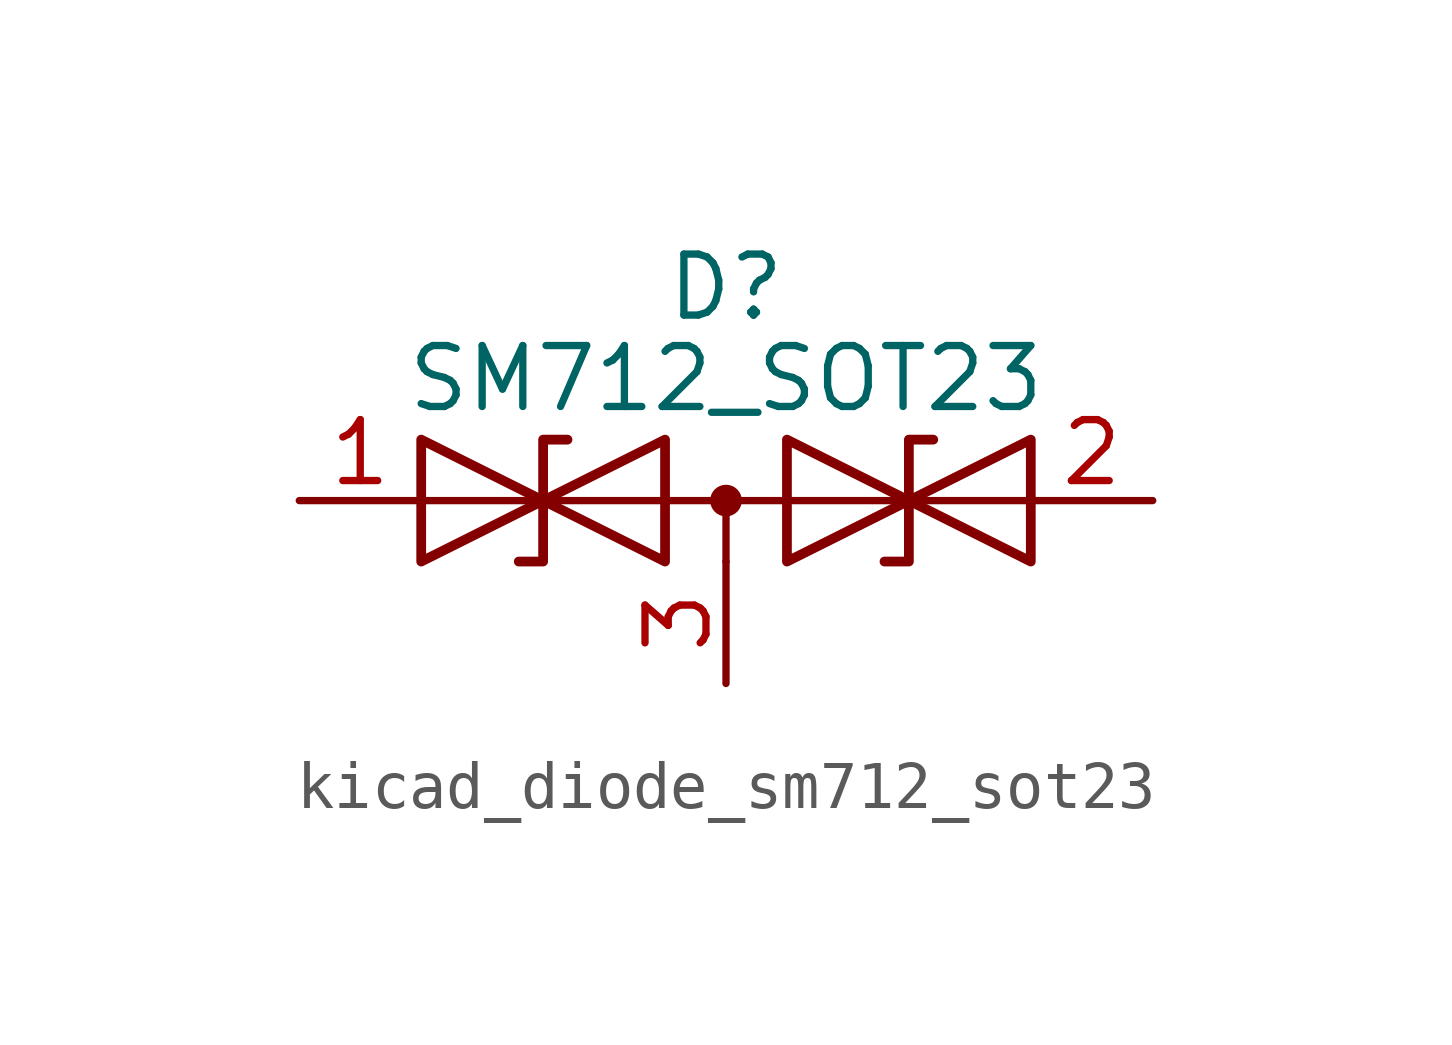
<source format=kicad_sym>
(kicad_symbol_lib
  (version 20220914)
  (generator kicad_symbol_editor)
  (symbol "kicad_diode_sm712_sot23"
    (pin_names
      (offset 1.016) hide)
    (property "Reference" "D"
      (at 0 4.445 0)
      (effects (font (size 1.27 1.27))))
    (property "Value" "SM712_SOT23"
      (at 0 2.54 0)
      (effects (font (size 1.27 1.27))))
    (symbol "kicad_diode_sm712_sot23_0_0"
      (polyline (pts (xy 0 -1.27) (xy 0 0)) (stroke (width 0) (type default)) (fill (type none))))
    (symbol "kicad_diode_sm712_sot23_0_1"
      (polyline (pts (xy -6.35 0) (xy 6.35 0)) (stroke (width 0) (type default)) (fill (type none)))
      (polyline (pts (xy -3.302 1.27) (xy -3.81 1.27) (xy -3.81 -1.27) (xy -4.318 -1.27)) (stroke (width 0.203) (type default)) (fill (type none)))
      (polyline (pts (xy 4.318 1.27) (xy 3.81 1.27) (xy 3.81 -1.27) (xy 3.302 -1.27)) (stroke (width 0.203) (type default)) (fill (type none)))
      (polyline (pts (xy -6.35 -1.27) (xy -1.27 1.27) (xy -1.27 -1.27) (xy -6.35 1.27) (xy -6.35 -1.27)) (stroke (width 0.203) (type default)) (fill (type none)))
      (polyline (pts (xy 1.27 -1.27) (xy 1.27 1.27) (xy 6.35 -1.27) (xy 6.35 1.27) (xy 1.27 -1.27)) (stroke (width 0.203) (type default)) (fill (type none)))
      (circle (center 0 0) (radius 0.254) (stroke (width 0) (type default)) (fill (type outline))))
    (symbol "kicad_diode_sm712_sot23_1_1"
      (pin passive line (at -8.89 0 0) (length 2.54) (name "A1" (effects (font (size 1.27 1.27)))) (number "1" (effects (font (size 1.27 1.27)))))
      (pin passive line (at 8.89 0 180) (length 2.54) (name "A2" (effects (font (size 1.27 1.27)))) (number "2" (effects (font (size 1.27 1.27)))))
      (pin input line (at 0 -3.81 90) (length 2.54) (name "common" (effects (font (size 1.27 1.27)))) (number "3" (effects (font (size 1.27 1.27))))))))
</source>
